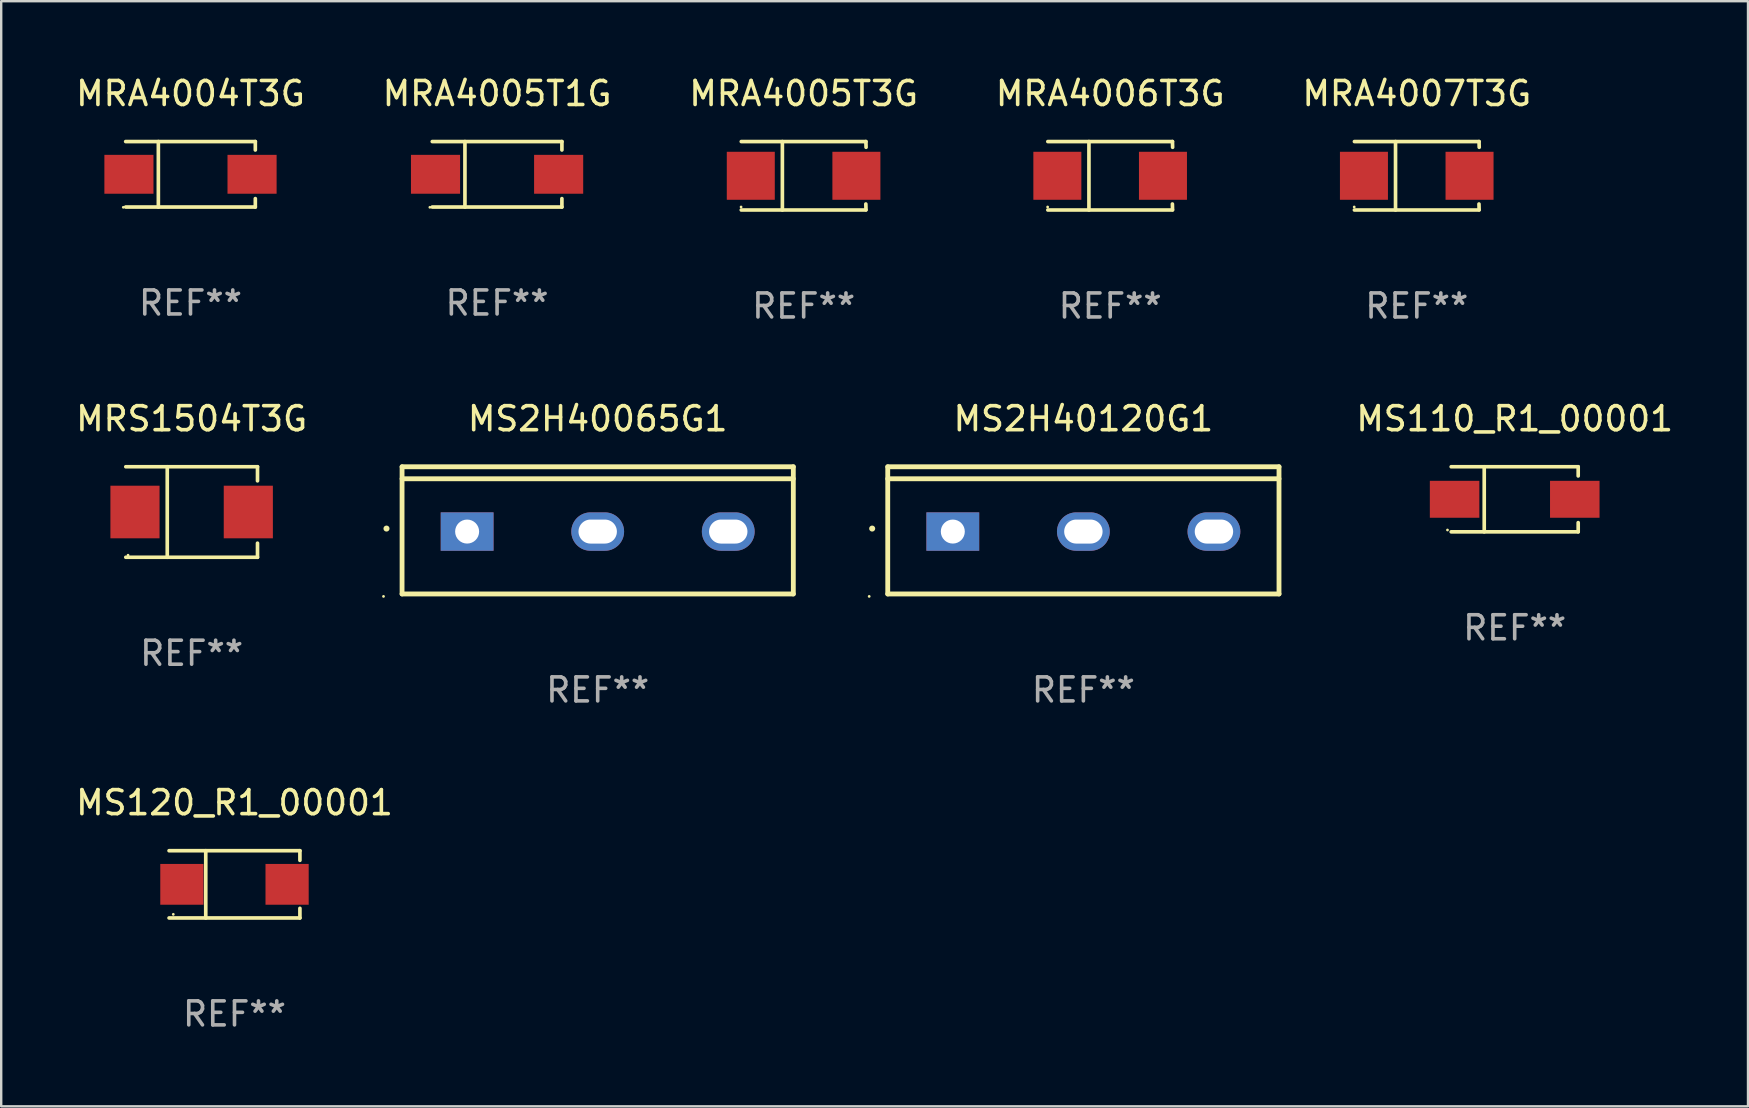
<source format=kicad_pcb>
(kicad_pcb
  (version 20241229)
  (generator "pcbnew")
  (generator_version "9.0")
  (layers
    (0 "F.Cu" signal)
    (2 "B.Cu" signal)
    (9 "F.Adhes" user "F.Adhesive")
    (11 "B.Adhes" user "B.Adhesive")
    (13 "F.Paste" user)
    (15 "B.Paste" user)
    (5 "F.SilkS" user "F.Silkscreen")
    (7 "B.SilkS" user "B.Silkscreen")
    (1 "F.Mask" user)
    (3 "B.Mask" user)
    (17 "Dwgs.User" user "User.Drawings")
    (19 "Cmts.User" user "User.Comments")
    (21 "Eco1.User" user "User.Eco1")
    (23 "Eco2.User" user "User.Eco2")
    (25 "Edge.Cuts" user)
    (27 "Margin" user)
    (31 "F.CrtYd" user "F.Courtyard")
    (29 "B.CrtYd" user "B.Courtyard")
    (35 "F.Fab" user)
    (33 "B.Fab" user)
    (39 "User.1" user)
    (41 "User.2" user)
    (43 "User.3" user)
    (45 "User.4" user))
  (footprint "MRA4006T3G"
    (layer "F.Cu")
    (at 43.208 4.274)
    (property "Reference" "MRA4006T3G" (at 0 -3.426 0) (layer "F.SilkS") (effects (font (size 1 1) (thickness 0.15))))
    (attr through_hole)
    (fp_line (start -2.6 -1.426) (end 2.593 -1.426) (stroke (width 0.152) (type solid)) (layer "F.SilkS"))
    (fp_line (start -2.6 1.426) (end 2.593 1.426) (stroke (width 0.152) (type solid)) (layer "F.SilkS"))
    (fp_line (start -0.887 -1.426) (end -0.887 1.426) (stroke (width 0.152) (type solid)) (layer "F.SilkS"))
    (fp_line (start 2.59 1.176) (end 2.597 1.415) (stroke (width 0.152) (type solid)) (layer "F.SilkS"))
    (fp_line (start 2.593 -1.426) (end 2.6 -1.187) (stroke (width 0.152) (type solid)) (layer "F.SilkS"))
    (fp_circle (center -2.608 1.3) (end -2.578 1.3) (stroke (width 0.06) (type solid)) (fill no) (layer "F.SilkS"))
    (fp_text user "REF**" (at 0 5.426 0) (layer "F.Fab") (effects (font (size 1 1) (thickness 0.15))))
    (pad "1" smd rect (at -2.203 0 180) (size 2 2) (layers "F.Cu" "F.Mask" "F.Paste"))
    (pad "2" smd rect (at 2.197 0 180) (size 2 2) (layers "F.Cu" "F.Mask" "F.Paste")))
  (footprint "MRA4005T3G"
    (layer "F.Cu")
    (at 30.435 4.274)
    (property "Reference" "MRA4005T3G" (at 0 -3.426 0) (layer "F.SilkS") (effects (font (size 1 1) (thickness 0.15))))
    (attr through_hole)
    (fp_line (start -2.6 -1.426) (end 2.593 -1.426) (stroke (width 0.152) (type solid)) (layer "F.SilkS"))
    (fp_line (start -2.6 1.426) (end 2.593 1.426) (stroke (width 0.152) (type solid)) (layer "F.SilkS"))
    (fp_line (start -0.887 -1.426) (end -0.887 1.426) (stroke (width 0.152) (type solid)) (layer "F.SilkS"))
    (fp_line (start 2.59 1.176) (end 2.597 1.415) (stroke (width 0.152) (type solid)) (layer "F.SilkS"))
    (fp_line (start 2.593 -1.426) (end 2.6 -1.187) (stroke (width 0.152) (type solid)) (layer "F.SilkS"))
    (fp_circle (center -2.608 1.3) (end -2.578 1.3) (stroke (width 0.06) (type solid)) (fill no) (layer "F.SilkS"))
    (fp_text user "REF**" (at 0 5.426 0) (layer "F.Fab") (effects (font (size 1 1) (thickness 0.15))))
    (pad "1" smd rect (at -2.203 0 180) (size 2 2) (layers "F.Cu" "F.Mask" "F.Paste"))
    (pad "2" smd rect (at 2.197 0 180) (size 2 2) (layers "F.Cu" "F.Mask" "F.Paste")))
  (footprint "MS2H40120G1"
    (layer "F.Cu")
    (at 42.089 19.048)
    (property "Reference" "MS2H40120G1" (at 0 -4.65 0) (layer "F.SilkS") (effects (font (size 1 1) (thickness 0.15))))
    (attr through_hole)
    (fp_line (start -8.151 -2.65) (end -8.151 2.65) (stroke (width 0.201) (type solid)) (layer "F.SilkS"))
    (fp_line (start 8.151 -2.65) (end -8.151 -2.65) (stroke (width 0.201) (type solid)) (layer "F.SilkS"))
    (fp_line (start 8.151 -2.15) (end -8.151 -2.15) (stroke (width 0.201) (type solid)) (layer "F.SilkS"))
    (fp_line (start 8.151 2.65) (end -8.151 2.65) (stroke (width 0.201) (type solid)) (layer "F.SilkS"))
    (fp_line (start 8.151 2.65) (end 8.151 -2.65) (stroke (width 0.201) (type solid)) (layer "F.SilkS"))
    (fp_arc (start -8.801118 -0.074943) (mid -8.799848 -0.074949) (end -8.798578 -0.074943) (stroke (width 0.24892) (type solid)) (layer "F.SilkS"))
    (fp_circle (center -8.924 2.751) (end -8.894 2.751) (stroke (width 0.06) (type solid)) (fill no) (layer "F.SilkS"))
    (fp_text user "REF**" (at 0 6.65 0) (layer "F.Fab") (effects (font (size 1 1) (thickness 0.15))))
    (pad "1" thru_hole rect (at -5.44 0.05 90) (size 1.6 2.2) (drill 1) (layers "*.Cu" "*.Mask"))
    (pad "2" thru_hole oval (at 0 0.05 90) (size 1.6 2.2) (drill oval 1 1.6) (layers "*.Cu" "*.Mask"))
    (pad "3" thru_hole oval (at 5.44 0.05 90) (size 1.6 2.2) (drill oval 1 1.6) (layers "*.Cu" "*.Mask")))
  (footprint "MS110_R1_00001"
    (layer "F.Cu")
    (at 60.06 17.753)
    (property "Reference" "MS110_R1_00001" (at 0 -3.356 0) (layer "F.SilkS") (effects (font (size 1 1) (thickness 0.15))))
    (attr through_hole)
    (fp_line (start -2.646 -1.356) (end 2.646 -1.356) (stroke (width 0.152) (type solid)) (layer "F.SilkS"))
    (fp_line (start -2.646 1.356) (end 2.646 1.356) (stroke (width 0.152) (type solid)) (layer "F.SilkS"))
    (fp_line (start -1.269 -1.356) (end -1.269 1.356) (stroke (width 0.152) (type solid)) (layer "F.SilkS"))
    (fp_line (start 2.646 -1.356) (end 2.646 -0.973) (stroke (width 0.152) (type solid)) (layer "F.SilkS"))
    (fp_line (start 2.646 1.356) (end 2.646 0.973) (stroke (width 0.152) (type solid)) (layer "F.SilkS"))
    (fp_circle (center -2.8 1.28) (end -2.77 1.28) (stroke (width 0.06) (type solid)) (fill no) (layer "F.SilkS"))
    (fp_text user "REF**" (at 0 5.356 0) (layer "F.Fab") (effects (font (size 1 1) (thickness 0.15))))
    (pad "1" smd rect (at 2.504 0) (size 2.063 1.539) (layers "F.Cu" "F.Mask" "F.Paste"))
    (pad "2" smd rect (at -2.504 0) (size 2.063 1.539) (layers "F.Cu" "F.Mask" "F.Paste")))
  (footprint "MRA4005T1G"
    (layer "F.Cu")
    (at 17.661 4.212)
    (property "Reference" "MRA4005T1G" (at 0 -3.364 0) (layer "F.SilkS") (effects (font (size 1 1) (thickness 0.15))))
    (attr through_hole)
    (fp_line (start -2.701 -1.364) (end 2.701 -1.364) (stroke (width 0.152) (type solid)) (layer "F.SilkS"))
    (fp_line (start -2.701 1.364) (end 2.701 1.364) (stroke (width 0.152) (type solid)) (layer "F.SilkS"))
    (fp_line (start -1.339 -1.364) (end -1.339 1.364) (stroke (width 0.152) (type solid)) (layer "F.SilkS"))
    (fp_line (start 2.701 -1.364) (end 2.701 -1.013) (stroke (width 0.152) (type solid)) (layer "F.SilkS"))
    (fp_line (start 2.701 1.364) (end 2.701 1.013) (stroke (width 0.152) (type solid)) (layer "F.SilkS"))
    (fp_circle (center -2.8 1.375) (end -2.77 1.375) (stroke (width 0.06) (type solid)) (fill no) (layer "F.SilkS"))
    (fp_text user "REF**" (at 0 5.364 0) (layer "F.Fab") (effects (font (size 1 1) (thickness 0.15))))
    (pad "1" smd rect (at -2.565 -0.000025) (size 2.046 1.62) (layers "F.Cu" "F.Mask" "F.Paste"))
    (pad "2" smd rect (at 2.565 -0.000025) (size 2.046 1.62) (layers "F.Cu" "F.Mask" "F.Paste")))
  (footprint "MRA4004T3G"
    (layer "F.Cu")
    (at 4.887 4.212)
    (property "Reference" "MRA4004T3G" (at 0 -3.364 0) (layer "F.SilkS") (effects (font (size 1 1) (thickness 0.15))))
    (attr through_hole)
    (fp_line (start -2.701 -1.364) (end 2.701 -1.364) (stroke (width 0.152) (type solid)) (layer "F.SilkS"))
    (fp_line (start -2.701 1.364) (end 2.701 1.364) (stroke (width 0.152) (type solid)) (layer "F.SilkS"))
    (fp_line (start -1.339 -1.364) (end -1.339 1.364) (stroke (width 0.152) (type solid)) (layer "F.SilkS"))
    (fp_line (start 2.701 -1.364) (end 2.701 -1.013) (stroke (width 0.152) (type solid)) (layer "F.SilkS"))
    (fp_line (start 2.701 1.364) (end 2.701 1.013) (stroke (width 0.152) (type solid)) (layer "F.SilkS"))
    (fp_circle (center -2.8 1.375) (end -2.77 1.375) (stroke (width 0.06) (type solid)) (fill no) (layer "F.SilkS"))
    (fp_text user "REF**" (at 0 5.364 0) (layer "F.Fab") (effects (font (size 1 1) (thickness 0.15))))
    (pad "1" smd rect (at -2.565 -0.000025) (size 2.046 1.62) (layers "F.Cu" "F.Mask" "F.Paste"))
    (pad "2" smd rect (at 2.565 -0.000025) (size 2.046 1.62) (layers "F.Cu" "F.Mask" "F.Paste")))
  (footprint "MRS1504T3G"
    (layer "F.Cu")
    (at 4.935 18.283)
    (property "Reference" "MRS1504T3G" (at 0 -3.886 0) (layer "F.SilkS") (effects (font (size 1 1) (thickness 0.15))))
    (attr through_hole)
    (fp_line (start -2.744 -1.886) (end 2.744 -1.886) (stroke (width 0.152) (type solid)) (layer "F.SilkS"))
    (fp_line (start -2.744 1.886) (end 2.744 1.886) (stroke (width 0.152) (type solid)) (layer "F.SilkS"))
    (fp_line (start -1.016 -1.886) (end -1.016 1.886) (stroke (width 0.152) (type solid)) (layer "F.SilkS"))
    (fp_line (start 2.744 -1.886) (end 2.744 -1.299) (stroke (width 0.152) (type solid)) (layer "F.SilkS"))
    (fp_line (start 2.744 1.886) (end 2.744 1.299) (stroke (width 0.152) (type solid)) (layer "F.SilkS"))
    (fp_circle (center -2.65 1.8) (end -2.62 1.8) (stroke (width 0.06) (type solid)) (fill no) (layer "F.SilkS"))
    (fp_text user "REF**" (at 0 5.886 0) (layer "F.Fab") (effects (font (size 1 1) (thickness 0.15))))
    (pad "1" smd rect (at -2.361 0) (size 2.047 2.192) (layers "F.Cu" "F.Mask" "F.Paste"))
    (pad "2" smd rect (at 2.361 0) (size 2.047 2.192) (layers "F.Cu" "F.Mask" "F.Paste")))
  (footprint "MS2H40065G1"
    (layer "F.Cu")
    (at 21.853 19.048)
    (property "Reference" "MS2H40065G1" (at 0 -4.65 0) (layer "F.SilkS") (effects (font (size 1 1) (thickness 0.15))))
    (attr through_hole)
    (fp_line (start -8.151 -2.65) (end -8.151 2.65) (stroke (width 0.201) (type solid)) (layer "F.SilkS"))
    (fp_line (start 8.151 -2.65) (end -8.151 -2.65) (stroke (width 0.201) (type solid)) (layer "F.SilkS"))
    (fp_line (start 8.151 -2.15) (end -8.151 -2.15) (stroke (width 0.201) (type solid)) (layer "F.SilkS"))
    (fp_line (start 8.151 2.65) (end -8.151 2.65) (stroke (width 0.201) (type solid)) (layer "F.SilkS"))
    (fp_line (start 8.151 2.65) (end 8.151 -2.65) (stroke (width 0.201) (type solid)) (layer "F.SilkS"))
    (fp_arc (start -8.801118 -0.074943) (mid -8.799848 -0.074949) (end -8.798578 -0.074943) (stroke (width 0.24892) (type solid)) (layer "F.SilkS"))
    (fp_circle (center -8.924 2.751) (end -8.894 2.751) (stroke (width 0.06) (type solid)) (fill no) (layer "F.SilkS"))
    (fp_text user "REF**" (at 0 6.65 0) (layer "F.Fab") (effects (font (size 1 1) (thickness 0.15))))
    (pad "1" thru_hole rect (at -5.44 0.05 90) (size 1.6 2.2) (drill 1) (layers "*.Cu" "*.Mask"))
    (pad "2" thru_hole oval (at 0 0.05 90) (size 1.6 2.2) (drill oval 1 1.6) (layers "*.Cu" "*.Mask"))
    (pad "3" thru_hole oval (at 5.44 0.05 90) (size 1.6 2.2) (drill oval 1 1.6) (layers "*.Cu" "*.Mask")))
  (footprint "MRA4007T3G"
    (layer "F.Cu")
    (at 55.982 4.274)
    (property "Reference" "MRA4007T3G" (at 0 -3.426 0) (layer "F.SilkS") (effects (font (size 1 1) (thickness 0.15))))
    (attr through_hole)
    (fp_line (start -2.6 -1.426) (end 2.593 -1.426) (stroke (width 0.152) (type solid)) (layer "F.SilkS"))
    (fp_line (start -2.6 1.426) (end 2.593 1.426) (stroke (width 0.152) (type solid)) (layer "F.SilkS"))
    (fp_line (start -0.887 -1.426) (end -0.887 1.426) (stroke (width 0.152) (type solid)) (layer "F.SilkS"))
    (fp_line (start 2.59 1.176) (end 2.597 1.415) (stroke (width 0.152) (type solid)) (layer "F.SilkS"))
    (fp_line (start 2.593 -1.426) (end 2.6 -1.187) (stroke (width 0.152) (type solid)) (layer "F.SilkS"))
    (fp_circle (center -2.608 1.3) (end -2.578 1.3) (stroke (width 0.06) (type solid)) (fill no) (layer "F.SilkS"))
    (fp_text user "REF**" (at 0 5.426 0) (layer "F.Fab") (effects (font (size 1 1) (thickness 0.15))))
    (pad "1" smd rect (at -2.203 0 180) (size 2 2) (layers "F.Cu" "F.Mask" "F.Paste"))
    (pad "2" smd rect (at 2.197 0 180) (size 2 2) (layers "F.Cu" "F.Mask" "F.Paste")))
  (footprint "MS120_R1_00001"
    (layer "F.Cu")
    (at 6.72 33.796)
    (property "Reference" "MS120_R1_00001" (at 0 -3.401 0) (layer "F.SilkS") (effects (font (size 1 1) (thickness 0.15))))
    (attr through_hole)
    (fp_line (start -2.726 -1.401) (end 2.726 -1.401) (stroke (width 0.152) (type solid)) (layer "F.SilkS"))
    (fp_line (start -2.726 1.401) (end 2.726 1.401) (stroke (width 0.152) (type solid)) (layer "F.SilkS"))
    (fp_line (start -1.197 -1.401) (end -1.197 1.401) (stroke (width 0.152) (type solid)) (layer "F.SilkS"))
    (fp_line (start 2.726 -1.401) (end 2.726 -1) (stroke (width 0.152) (type solid)) (layer "F.SilkS"))
    (fp_line (start 2.726 1.401) (end 2.726 1) (stroke (width 0.152) (type solid)) (layer "F.SilkS"))
    (fp_circle (center -2.55 1.25) (end -2.52 1.25) (stroke (width 0.06) (type solid)) (fill no) (layer "F.SilkS"))
    (fp_text user "REF**" (at 0 5.401 0) (layer "F.Fab") (effects (font (size 1 1) (thickness 0.15))))
    (pad "1" smd rect (at -2.192 0) (size 1.8 1.7) (layers "F.Cu" "F.Mask" "F.Paste"))
    (pad "2" smd rect (at 2.192 0) (size 1.8 1.7) (layers "F.Cu" "F.Mask" "F.Paste")))
  (gr_rect
    (start -3 -3)
    (end 69.781 43.045)
    (stroke (width 0.1) (type default))
    (fill no)
    (layer "Edge.Cuts")))
</source>
